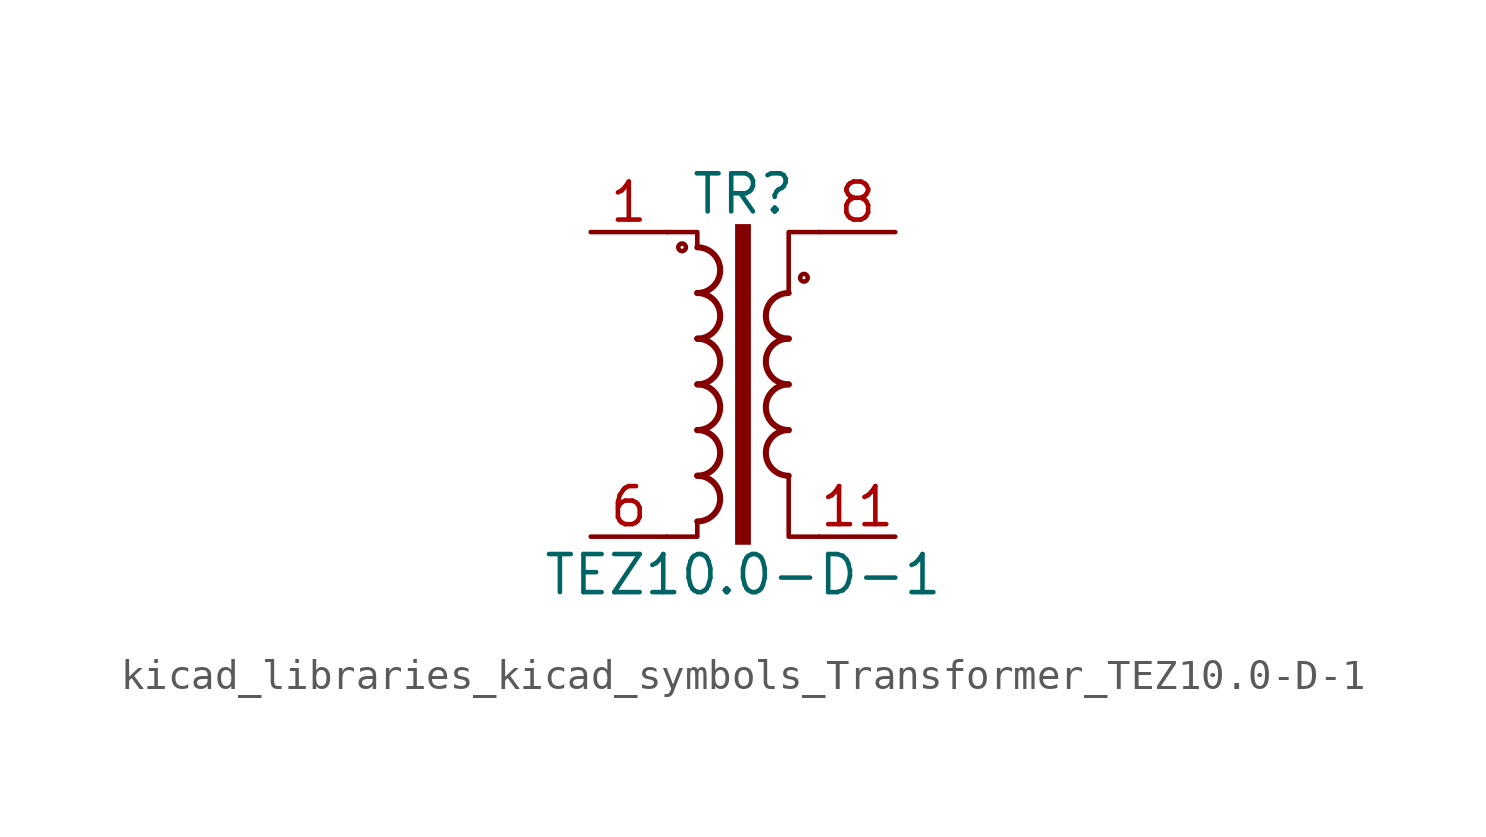
<source format=kicad_sym>
(kicad_symbol_lib
  (version 20220914)
  (generator kicad_symbol_editor)
  (symbol "kicad_libraries_kicad_symbols_Transformer_TEZ10.0-D-1"
    (pin_names
      (offset 0.025))
    (property "Reference" "TR"
      (at 0 6.35 0)
      (effects (font (size 1.27 1.27))))
    (property "Value" "TEZ10.0-D-1"
      (at 0 -6.35 0)
      (effects (font (size 1.27 1.27))))
    (symbol "kicad_libraries_kicad_symbols_Transformer_TEZ10.0-D-1_0_1"
      (circle (center -2.032 4.572) (radius 0.127) (stroke (width 0) (type default)) (fill (type none)))
      (arc (start -1.524 -4.572) (mid -0.7653 -3.81) (end -1.524 -3.048) (stroke (width 0.2032) (type default)) (fill (type none)))
      (arc (start -1.524 -3.048) (mid -0.7653 -2.286) (end -1.524 -1.524) (stroke (width 0.2032) (type default)) (fill (type none)))
      (arc (start -1.524 -1.524) (mid -0.7653 -0.762) (end -1.524 0) (stroke (width 0.2032) (type default)) (fill (type none)))
      (arc (start -1.524 0) (mid -0.7653 0.762) (end -1.524 1.524) (stroke (width 0.2032) (type default)) (fill (type none)))
      (arc (start -1.524 1.524) (mid -0.7653 2.286) (end -1.524 3.048) (stroke (width 0.2032) (type default)) (fill (type none)))
      (arc (start -1.524 3.048) (mid -0.7653 3.81) (end -1.524 4.572) (stroke (width 0.2032) (type default)) (fill (type none)))
      (rectangle (start -0.254 5.334) (end 0.254 -5.334) (stroke (width 0.025) (type default)) (fill (type outline)))
      (polyline (pts (xy -1.524 -4.572) (xy -1.524 -5.08) (xy -2.54 -5.08)) (stroke (width 0) (type default)) (fill (type none)))
      (polyline (pts (xy -1.524 4.572) (xy -1.524 5.08) (xy -2.54 5.08)) (stroke (width 0) (type default)) (fill (type none)))
      (polyline (pts (xy 1.524 3.048) (xy 1.524 5.08) (xy 2.54 5.08) (xy 2.54 5.08)) (stroke (width 0.152) (type default)) (fill (type none)))
      (polyline (pts (xy 2.54 -5.08) (xy 1.524 -5.08) (xy 1.524 -3.048) (xy 1.524 -3.048)) (stroke (width 0.152) (type default)) (fill (type none)))
      (arc (start 1.524 -1.524) (mid 0.7653 -2.286) (end 1.524 -3.048) (stroke (width 0.2032) (type default)) (fill (type none)))
      (arc (start 1.524 0) (mid 0.7653 -0.762) (end 1.524 -1.524) (stroke (width 0.2032) (type default)) (fill (type none)))
      (arc (start 1.524 1.524) (mid 0.7653 0.762) (end 1.524 0) (stroke (width 0.2032) (type default)) (fill (type none)))
      (arc (start 1.524 3.048) (mid 0.7653 2.286) (end 1.524 1.524) (stroke (width 0.2032) (type default)) (fill (type none)))
      (circle (center 2.032 3.556) (radius 0.127) (stroke (width 0) (type default)) (fill (type none))))
    (symbol "kicad_libraries_kicad_symbols_Transformer_TEZ10.0-D-1_1_1"
      (pin passive line (at -5.08 5.08 0) (length 2.54) (name "~" (effects (font (size 1.27 1.27)))) (number "1" (effects (font (size 1.27 1.27)))))
      (pin passive line (at 5.08 -5.08 180) (length 2.54) (name "~" (effects (font (size 1.27 1.27)))) (number "11" (effects (font (size 1.27 1.27)))))
      (pin passive line (at -5.08 -5.08 0) (length 2.54) (name "~" (effects (font (size 1.27 1.27)))) (number "6" (effects (font (size 1.27 1.27)))))
      (pin passive line (at 5.08 5.08 180) (length 2.54) (name "~" (effects (font (size 1.27 1.27)))) (number "8" (effects (font (size 1.27 1.27))))))))
</source>
